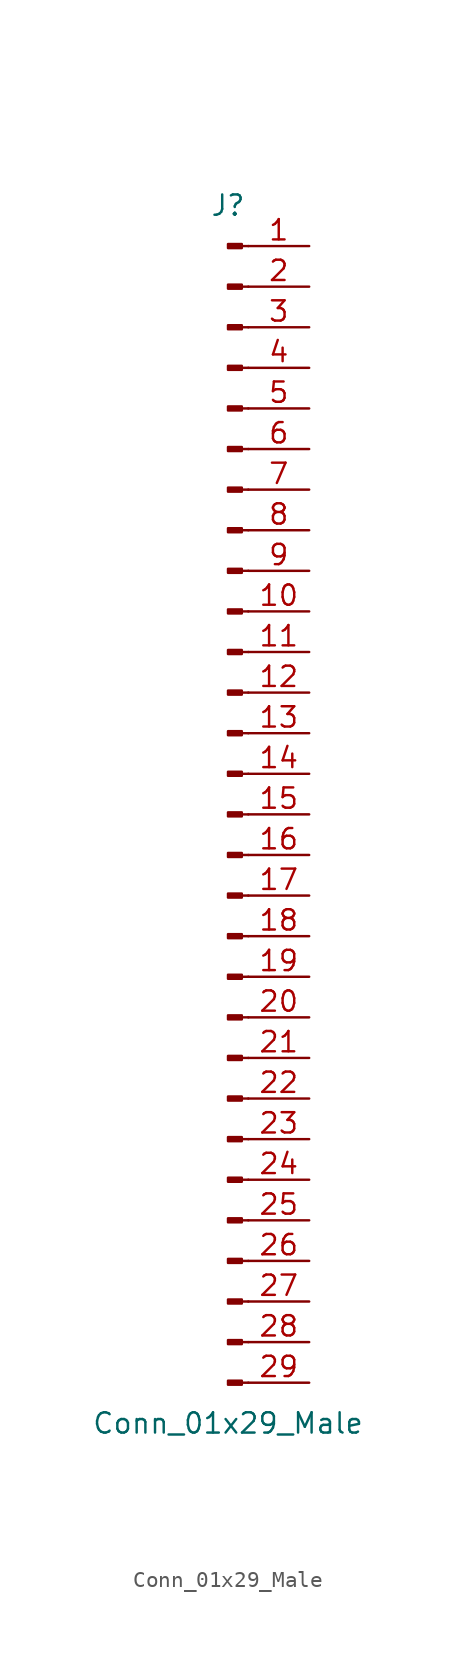
<source format=kicad_sym>
(kicad_symbol_lib
  (version 20220914)
  (generator kicad_symbol_editor)
  (symbol "Conn_01x29_Male"
    (pin_names
      (offset 1.016) hide)
    (property "Reference" "J"
      (at 0 38.1 0)
      (effects (font (size 1.27 1.27))))
    (property "Value" "Conn_01x29_Male"
      (at 0 -38.1 0)
      (effects (font (size 1.27 1.27))))
    (symbol "Conn_01x29_Male_1_1"
      (polyline (pts (xy 1.27 -35.56) (xy 0.864 -35.56)) (stroke (width 0.152) (type solid)) (fill (type none)))
      (polyline (pts (xy 1.27 -33.02) (xy 0.864 -33.02)) (stroke (width 0.152) (type solid)) (fill (type none)))
      (polyline (pts (xy 1.27 -30.48) (xy 0.864 -30.48)) (stroke (width 0.152) (type solid)) (fill (type none)))
      (polyline (pts (xy 1.27 -27.94) (xy 0.864 -27.94)) (stroke (width 0.152) (type solid)) (fill (type none)))
      (polyline (pts (xy 1.27 -25.4) (xy 0.864 -25.4)) (stroke (width 0.152) (type solid)) (fill (type none)))
      (polyline (pts (xy 1.27 -22.86) (xy 0.864 -22.86)) (stroke (width 0.152) (type solid)) (fill (type none)))
      (polyline (pts (xy 1.27 -20.32) (xy 0.864 -20.32)) (stroke (width 0.152) (type solid)) (fill (type none)))
      (polyline (pts (xy 1.27 -17.78) (xy 0.864 -17.78)) (stroke (width 0.152) (type solid)) (fill (type none)))
      (polyline (pts (xy 1.27 -15.24) (xy 0.864 -15.24)) (stroke (width 0.152) (type solid)) (fill (type none)))
      (polyline (pts (xy 1.27 -12.7) (xy 0.864 -12.7)) (stroke (width 0.152) (type solid)) (fill (type none)))
      (polyline (pts (xy 1.27 -10.16) (xy 0.864 -10.16)) (stroke (width 0.152) (type solid)) (fill (type none)))
      (polyline (pts (xy 1.27 -7.62) (xy 0.864 -7.62)) (stroke (width 0.152) (type solid)) (fill (type none)))
      (polyline (pts (xy 1.27 -5.08) (xy 0.864 -5.08)) (stroke (width 0.152) (type solid)) (fill (type none)))
      (polyline (pts (xy 1.27 -2.54) (xy 0.864 -2.54)) (stroke (width 0.152) (type solid)) (fill (type none)))
      (polyline (pts (xy 1.27 0) (xy 0.864 0)) (stroke (width 0.152) (type solid)) (fill (type none)))
      (polyline (pts (xy 1.27 2.54) (xy 0.864 2.54)) (stroke (width 0.152) (type solid)) (fill (type none)))
      (polyline (pts (xy 1.27 5.08) (xy 0.864 5.08)) (stroke (width 0.152) (type solid)) (fill (type none)))
      (polyline (pts (xy 1.27 7.62) (xy 0.864 7.62)) (stroke (width 0.152) (type solid)) (fill (type none)))
      (polyline (pts (xy 1.27 10.16) (xy 0.864 10.16)) (stroke (width 0.152) (type solid)) (fill (type none)))
      (polyline (pts (xy 1.27 12.7) (xy 0.864 12.7)) (stroke (width 0.152) (type solid)) (fill (type none)))
      (polyline (pts (xy 1.27 15.24) (xy 0.864 15.24)) (stroke (width 0.152) (type solid)) (fill (type none)))
      (polyline (pts (xy 1.27 17.78) (xy 0.864 17.78)) (stroke (width 0.152) (type solid)) (fill (type none)))
      (polyline (pts (xy 1.27 20.32) (xy 0.864 20.32)) (stroke (width 0.152) (type solid)) (fill (type none)))
      (polyline (pts (xy 1.27 22.86) (xy 0.864 22.86)) (stroke (width 0.152) (type solid)) (fill (type none)))
      (polyline (pts (xy 1.27 25.4) (xy 0.864 25.4)) (stroke (width 0.152) (type solid)) (fill (type none)))
      (polyline (pts (xy 1.27 27.94) (xy 0.864 27.94)) (stroke (width 0.152) (type solid)) (fill (type none)))
      (polyline (pts (xy 1.27 30.48) (xy 0.864 30.48)) (stroke (width 0.152) (type solid)) (fill (type none)))
      (polyline (pts (xy 1.27 33.02) (xy 0.864 33.02)) (stroke (width 0.152) (type solid)) (fill (type none)))
      (polyline (pts (xy 1.27 35.56) (xy 0.864 35.56)) (stroke (width 0.152) (type solid)) (fill (type none)))
      (rectangle (start 0.864 -35.433) (end 0 -35.687) (stroke (width 0.152) (type solid)) (fill (type outline)))
      (rectangle (start 0.864 -32.893) (end 0 -33.147) (stroke (width 0.152) (type solid)) (fill (type outline)))
      (rectangle (start 0.864 -30.353) (end 0 -30.607) (stroke (width 0.152) (type solid)) (fill (type outline)))
      (rectangle (start 0.864 -27.813) (end 0 -28.067) (stroke (width 0.152) (type solid)) (fill (type outline)))
      (rectangle (start 0.864 -25.273) (end 0 -25.527) (stroke (width 0.152) (type solid)) (fill (type outline)))
      (rectangle (start 0.864 -22.733) (end 0 -22.987) (stroke (width 0.152) (type solid)) (fill (type outline)))
      (rectangle (start 0.864 -20.193) (end 0 -20.447) (stroke (width 0.152) (type solid)) (fill (type outline)))
      (rectangle (start 0.864 -17.653) (end 0 -17.907) (stroke (width 0.152) (type solid)) (fill (type outline)))
      (rectangle (start 0.864 -15.113) (end 0 -15.367) (stroke (width 0.152) (type solid)) (fill (type outline)))
      (rectangle (start 0.864 -12.573) (end 0 -12.827) (stroke (width 0.152) (type solid)) (fill (type outline)))
      (rectangle (start 0.864 -10.033) (end 0 -10.287) (stroke (width 0.152) (type solid)) (fill (type outline)))
      (rectangle (start 0.864 -7.493) (end 0 -7.747) (stroke (width 0.152) (type solid)) (fill (type outline)))
      (rectangle (start 0.864 -4.953) (end 0 -5.207) (stroke (width 0.152) (type solid)) (fill (type outline)))
      (rectangle (start 0.864 -2.413) (end 0 -2.667) (stroke (width 0.152) (type solid)) (fill (type outline)))
      (rectangle (start 0.864 0.127) (end 0 -0.127) (stroke (width 0.152) (type solid)) (fill (type outline)))
      (rectangle (start 0.864 2.667) (end 0 2.413) (stroke (width 0.152) (type solid)) (fill (type outline)))
      (rectangle (start 0.864 5.207) (end 0 4.953) (stroke (width 0.152) (type solid)) (fill (type outline)))
      (rectangle (start 0.864 7.747) (end 0 7.493) (stroke (width 0.152) (type solid)) (fill (type outline)))
      (rectangle (start 0.864 10.287) (end 0 10.033) (stroke (width 0.152) (type solid)) (fill (type outline)))
      (rectangle (start 0.864 12.827) (end 0 12.573) (stroke (width 0.152) (type solid)) (fill (type outline)))
      (rectangle (start 0.864 15.367) (end 0 15.113) (stroke (width 0.152) (type solid)) (fill (type outline)))
      (rectangle (start 0.864 17.907) (end 0 17.653) (stroke (width 0.152) (type solid)) (fill (type outline)))
      (rectangle (start 0.864 20.447) (end 0 20.193) (stroke (width 0.152) (type solid)) (fill (type outline)))
      (rectangle (start 0.864 22.987) (end 0 22.733) (stroke (width 0.152) (type solid)) (fill (type outline)))
      (rectangle (start 0.864 25.527) (end 0 25.273) (stroke (width 0.152) (type solid)) (fill (type outline)))
      (rectangle (start 0.864 28.067) (end 0 27.813) (stroke (width 0.152) (type solid)) (fill (type outline)))
      (rectangle (start 0.864 30.607) (end 0 30.353) (stroke (width 0.152) (type solid)) (fill (type outline)))
      (rectangle (start 0.864 33.147) (end 0 32.893) (stroke (width 0.152) (type solid)) (fill (type outline)))
      (rectangle (start 0.864 35.687) (end 0 35.433) (stroke (width 0.152) (type solid)) (fill (type outline)))
      (pin passive line (at 5.08 35.56 180) (length 3.81) (name "Pin_1" (effects (font (size 1.27 1.27)))) (number "1" (effects (font (size 1.27 1.27)))))
      (pin passive line (at 5.08 12.7 180) (length 3.81) (name "Pin_10" (effects (font (size 1.27 1.27)))) (number "10" (effects (font (size 1.27 1.27)))))
      (pin passive line (at 5.08 10.16 180) (length 3.81) (name "Pin_11" (effects (font (size 1.27 1.27)))) (number "11" (effects (font (size 1.27 1.27)))))
      (pin passive line (at 5.08 7.62 180) (length 3.81) (name "Pin_12" (effects (font (size 1.27 1.27)))) (number "12" (effects (font (size 1.27 1.27)))))
      (pin passive line (at 5.08 5.08 180) (length 3.81) (name "Pin_13" (effects (font (size 1.27 1.27)))) (number "13" (effects (font (size 1.27 1.27)))))
      (pin passive line (at 5.08 2.54 180) (length 3.81) (name "Pin_14" (effects (font (size 1.27 1.27)))) (number "14" (effects (font (size 1.27 1.27)))))
      (pin passive line (at 5.08 0 180) (length 3.81) (name "Pin_15" (effects (font (size 1.27 1.27)))) (number "15" (effects (font (size 1.27 1.27)))))
      (pin passive line (at 5.08 -2.54 180) (length 3.81) (name "Pin_16" (effects (font (size 1.27 1.27)))) (number "16" (effects (font (size 1.27 1.27)))))
      (pin passive line (at 5.08 -5.08 180) (length 3.81) (name "Pin_17" (effects (font (size 1.27 1.27)))) (number "17" (effects (font (size 1.27 1.27)))))
      (pin passive line (at 5.08 -7.62 180) (length 3.81) (name "Pin_18" (effects (font (size 1.27 1.27)))) (number "18" (effects (font (size 1.27 1.27)))))
      (pin passive line (at 5.08 -10.16 180) (length 3.81) (name "Pin_19" (effects (font (size 1.27 1.27)))) (number "19" (effects (font (size 1.27 1.27)))))
      (pin passive line (at 5.08 33.02 180) (length 3.81) (name "Pin_2" (effects (font (size 1.27 1.27)))) (number "2" (effects (font (size 1.27 1.27)))))
      (pin passive line (at 5.08 -12.7 180) (length 3.81) (name "Pin_20" (effects (font (size 1.27 1.27)))) (number "20" (effects (font (size 1.27 1.27)))))
      (pin passive line (at 5.08 -15.24 180) (length 3.81) (name "Pin_21" (effects (font (size 1.27 1.27)))) (number "21" (effects (font (size 1.27 1.27)))))
      (pin passive line (at 5.08 -17.78 180) (length 3.81) (name "Pin_22" (effects (font (size 1.27 1.27)))) (number "22" (effects (font (size 1.27 1.27)))))
      (pin passive line (at 5.08 -20.32 180) (length 3.81) (name "Pin_23" (effects (font (size 1.27 1.27)))) (number "23" (effects (font (size 1.27 1.27)))))
      (pin passive line (at 5.08 -22.86 180) (length 3.81) (name "Pin_24" (effects (font (size 1.27 1.27)))) (number "24" (effects (font (size 1.27 1.27)))))
      (pin passive line (at 5.08 -25.4 180) (length 3.81) (name "Pin_25" (effects (font (size 1.27 1.27)))) (number "25" (effects (font (size 1.27 1.27)))))
      (pin passive line (at 5.08 -27.94 180) (length 3.81) (name "Pin_26" (effects (font (size 1.27 1.27)))) (number "26" (effects (font (size 1.27 1.27)))))
      (pin passive line (at 5.08 -30.48 180) (length 3.81) (name "Pin_27" (effects (font (size 1.27 1.27)))) (number "27" (effects (font (size 1.27 1.27)))))
      (pin passive line (at 5.08 -33.02 180) (length 3.81) (name "Pin_28" (effects (font (size 1.27 1.27)))) (number "28" (effects (font (size 1.27 1.27)))))
      (pin passive line (at 5.08 -35.56 180) (length 3.81) (name "Pin_29" (effects (font (size 1.27 1.27)))) (number "29" (effects (font (size 1.27 1.27)))))
      (pin passive line (at 5.08 30.48 180) (length 3.81) (name "Pin_3" (effects (font (size 1.27 1.27)))) (number "3" (effects (font (size 1.27 1.27)))))
      (pin passive line (at 5.08 27.94 180) (length 3.81) (name "Pin_4" (effects (font (size 1.27 1.27)))) (number "4" (effects (font (size 1.27 1.27)))))
      (pin passive line (at 5.08 25.4 180) (length 3.81) (name "Pin_5" (effects (font (size 1.27 1.27)))) (number "5" (effects (font (size 1.27 1.27)))))
      (pin passive line (at 5.08 22.86 180) (length 3.81) (name "Pin_6" (effects (font (size 1.27 1.27)))) (number "6" (effects (font (size 1.27 1.27)))))
      (pin passive line (at 5.08 20.32 180) (length 3.81) (name "Pin_7" (effects (font (size 1.27 1.27)))) (number "7" (effects (font (size 1.27 1.27)))))
      (pin passive line (at 5.08 17.78 180) (length 3.81) (name "Pin_8" (effects (font (size 1.27 1.27)))) (number "8" (effects (font (size 1.27 1.27)))))
      (pin passive line (at 5.08 15.24 180) (length 3.81) (name "Pin_9" (effects (font (size 1.27 1.27)))) (number "9" (effects (font (size 1.27 1.27))))))))
</source>
